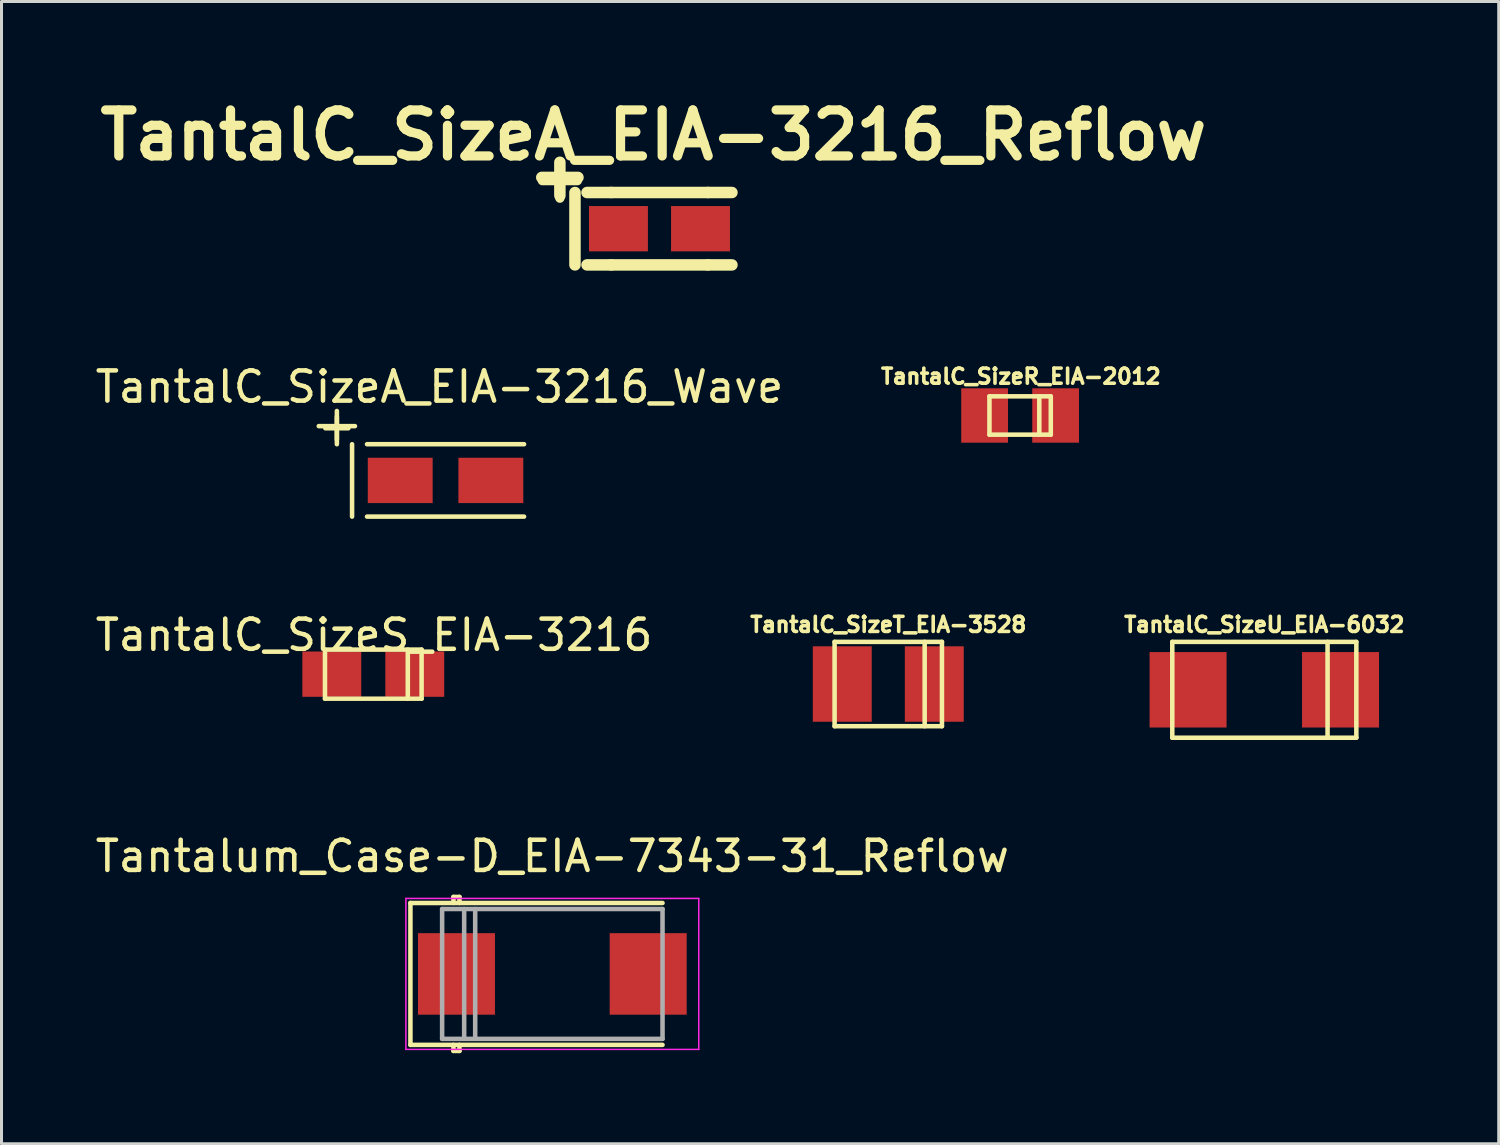
<source format=kicad_pcb>
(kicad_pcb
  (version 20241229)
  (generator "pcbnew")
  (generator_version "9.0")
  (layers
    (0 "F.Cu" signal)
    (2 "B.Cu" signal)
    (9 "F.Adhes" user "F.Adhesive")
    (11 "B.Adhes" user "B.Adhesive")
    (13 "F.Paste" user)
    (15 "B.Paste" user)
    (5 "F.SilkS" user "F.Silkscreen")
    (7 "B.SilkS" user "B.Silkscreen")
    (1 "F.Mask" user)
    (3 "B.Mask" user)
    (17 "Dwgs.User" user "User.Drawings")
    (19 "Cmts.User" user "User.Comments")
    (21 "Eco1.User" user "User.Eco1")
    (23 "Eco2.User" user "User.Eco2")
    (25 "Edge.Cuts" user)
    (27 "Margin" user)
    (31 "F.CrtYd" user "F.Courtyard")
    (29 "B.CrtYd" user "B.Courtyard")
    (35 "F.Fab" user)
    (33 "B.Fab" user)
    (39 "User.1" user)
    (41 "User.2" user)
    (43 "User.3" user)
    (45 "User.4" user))
  (footprint "TantalC_SizeR_EIA-2012"
    (layer "F.Cu")
    (at 30.738 10.712)
    (property "Reference" "TantalC_SizeR_EIA-2012" (at 0.025 -1.295 0) (layer "F.SilkS") (effects (font (size 0.5 0.5) (thickness 0.119))))
    (attr through_hole)
    (fp_line (start -1.016 -0.635) (end -1.016 0.635) (stroke (width 0.15) (type solid)) (layer "F.SilkS"))
    (fp_line (start -1.016 0.635) (end 1.016 0.635) (stroke (width 0.15) (type solid)) (layer "F.SilkS"))
    (fp_line (start 0.635 -0.635) (end 0.635 0.635) (stroke (width 0.15) (type solid)) (layer "F.SilkS"))
    (fp_line (start 1.016 -0.635) (end -1.016 -0.635) (stroke (width 0.15) (type solid)) (layer "F.SilkS"))
    (fp_line (start 1.016 0.635) (end 1.016 -0.635) (stroke (width 0.15) (type solid)) (layer "F.SilkS"))
    (pad "1" smd rect (at 1.176 0) (size 1.549 1.801) (layers "F.Cu" "F.Mask" "F.Paste"))
    (pad "2" smd rect (at -1.176 0) (size 1.549 1.801) (layers "F.Cu" "F.Mask" "F.Paste")))
  (footprint "TantalC_SizeU_EIA-6032"
    (layer "F.Cu")
    (at 38.826 19.797)
    (property "Reference" "TantalC_SizeU_EIA-6032" (at 0 -2.159 0) (layer "F.SilkS") (effects (font (size 0.5 0.5) (thickness 0.119))))
    (attr through_hole)
    (fp_line (start -3.048 -1.587) (end -3.048 1.587) (stroke (width 0.15) (type solid)) (layer "F.SilkS"))
    (fp_line (start -3.048 1.587) (end 3.048 1.587) (stroke (width 0.15) (type solid)) (layer "F.SilkS"))
    (fp_line (start 2.095 -1.587) (end 2.095 1.587) (stroke (width 0.15) (type solid)) (layer "F.SilkS"))
    (fp_line (start 3.048 -1.587) (end -3.048 -1.587) (stroke (width 0.15) (type solid)) (layer "F.SilkS"))
    (fp_line (start 3.048 1.587) (end 3.048 -1.587) (stroke (width 0.15) (type solid)) (layer "F.SilkS"))
    (pad "1" smd rect (at 2.525 0) (size 2.55 2.499) (layers "F.Cu" "F.Mask" "F.Paste"))
    (pad "2" smd rect (at -2.525 0) (size 2.55 2.499) (layers "F.Cu" "F.Mask" "F.Paste")))
  (footprint "Tantalum_Case-D_EIA-7343-31_Reflow"
    (layer "F.Cu")
    (at 15.244 29.208)
    (property "Reference" "Tantalum_Case-D_EIA-7343-31_Reflow" (at 0 -3.9 0) (layer "F.SilkS") (effects (font (size 1 1) (thickness 0.15))))
    (attr smd)
    (fp_line (start -4.7 -2.35) (end -4.7 2.35) (stroke (width 0.15) (type solid)) (layer "F.SilkS"))
    (fp_line (start -4.7 -2.35) (end 3.65 -2.35) (stroke (width 0.15) (type solid)) (layer "F.SilkS"))
    (fp_line (start -4.7 2.35) (end 3.65 2.35) (stroke (width 0.15) (type solid)) (layer "F.SilkS"))
    (fp_line (start -3.275 -2.55) (end -3.075 -2.55) (stroke (width 0.15) (type solid)) (layer "F.SilkS"))
    (fp_line (start -3.275 -2.35) (end -3.275 -2.55) (stroke (width 0.15) (type solid)) (layer "F.SilkS"))
    (fp_line (start -3.275 2.35) (end -3.275 2.55) (stroke (width 0.15) (type solid)) (layer "F.SilkS"))
    (fp_line (start -3.275 2.55) (end -3.075 2.55) (stroke (width 0.15) (type solid)) (layer "F.SilkS"))
    (fp_line (start -3.075 -2.55) (end -3.075 -2.35) (stroke (width 0.15) (type solid)) (layer "F.SilkS"))
    (fp_line (start -3.075 2.55) (end -3.075 2.35) (stroke (width 0.15) (type solid)) (layer "F.SilkS"))
    (fp_line (start -4.85 -2.5) (end -4.85 2.5) (stroke (width 0.05) (type solid)) (layer "F.CrtYd"))
    (fp_line (start -4.85 2.5) (end 4.85 2.5) (stroke (width 0.05) (type solid)) (layer "F.CrtYd"))
    (fp_line (start 4.85 -2.5) (end -4.85 -2.5) (stroke (width 0.05) (type solid)) (layer "F.CrtYd"))
    (fp_line (start 4.85 2.5) (end 4.85 -2.5) (stroke (width 0.05) (type solid)) (layer "F.CrtYd"))
    (fp_line (start -3.65 -2.15) (end -3.65 2.15) (stroke (width 0.15) (type solid)) (layer "F.Fab"))
    (fp_line (start -3.65 2.15) (end 3.65 2.15) (stroke (width 0.15) (type solid)) (layer "F.Fab"))
    (fp_line (start -2.92 -2.15) (end -2.92 2.15) (stroke (width 0.15) (type solid)) (layer "F.Fab"))
    (fp_line (start -2.555 -2.15) (end -2.555 2.15) (stroke (width 0.15) (type solid)) (layer "F.Fab"))
    (fp_line (start 3.65 -2.15) (end -3.65 -2.15) (stroke (width 0.15) (type solid)) (layer "F.Fab"))
    (fp_line (start 3.65 2.15) (end 3.65 -2.15) (stroke (width 0.15) (type solid)) (layer "F.Fab"))
    (pad "1" smd rect (at -3.175 0) (size 2.55 2.7) (layers "F.Cu" "F.Mask" "F.Paste"))
    (pad "2" smd rect (at 3.175 0) (size 2.55 2.7) (layers "F.Cu" "F.Mask" "F.Paste")))
  (footprint "TantalC_SizeS_EIA-3216"
    (layer "F.Cu")
    (at 9.314 19.279)
    (property "Reference" "TantalC_SizeS_EIA-3216" (at 0.025 -1.295 0) (layer "F.SilkS") (effects (font (size 1 1) (thickness 0.15))))
    (attr through_hole)
    (fp_line (start -1.6 -0.813) (end -1.6 0.813) (stroke (width 0.15) (type solid)) (layer "F.SilkS"))
    (fp_line (start -1.6 0.813) (end 1.6 0.813) (stroke (width 0.15) (type solid)) (layer "F.SilkS"))
    (fp_line (start 1.143 0.813) (end 1.143 -0.813) (stroke (width 0.15) (type solid)) (layer "F.SilkS"))
    (fp_line (start 1.6 -0.813) (end -1.6 -0.813) (stroke (width 0.15) (type solid)) (layer "F.SilkS"))
    (fp_line (start 1.6 0.813) (end 1.6 -0.813) (stroke (width 0.15) (type solid)) (layer "F.SilkS"))
    (pad "1" smd rect (at 1.374 0) (size 1.951 1.501) (layers "F.Cu" "F.Mask" "F.Paste"))
    (pad "2" smd rect (at -1.374 0) (size 1.951 1.501) (layers "F.Cu" "F.Mask" "F.Paste")))
  (footprint "TantalC_SizeA_EIA-3216_Reflow"
    (layer "F.Cu")
    (at 18.793 4.525)
    (property "Reference" "TantalC_SizeA_EIA-3216_Reflow" (at -0.201 -3.099 0) (layer "F.SilkS") (effects (font (size 1.524 1.524) (thickness 0.305))))
    (attr smd)
    (fp_line (start -3.899 -1.699) (end -2.7 -1.699) (stroke (width 0.381) (type solid)) (layer "F.SilkS"))
    (fp_line (start -3.299 -2.2) (end -3.299 -1.1) (stroke (width 0.381) (type solid)) (layer "F.SilkS"))
    (fp_line (start -2.799 -1.199) (end -2.799 1.199) (stroke (width 0.381) (type solid)) (layer "F.SilkS"))
    (fp_line (start -1.6 -1.199) (end -2.4 -1.199) (stroke (width 0.381) (type solid)) (layer "F.SilkS"))
    (fp_line (start -1.6 1.199) (end -2.4 1.199) (stroke (width 0.381) (type solid)) (layer "F.SilkS"))
    (fp_line (start 1.6 -1.199) (end -1.6 -1.199) (stroke (width 0.381) (type solid)) (layer "F.SilkS"))
    (fp_line (start 1.6 -1.199) (end 2.4 -1.199) (stroke (width 0.381) (type solid)) (layer "F.SilkS"))
    (fp_line (start 1.6 1.199) (end -1.6 1.199) (stroke (width 0.381) (type solid)) (layer "F.SilkS"))
    (fp_line (start 1.6 1.199) (end 2.4 1.199) (stroke (width 0.381) (type solid)) (layer "F.SilkS"))
    (fp_text user "+" (at -3.299 -1.699 0) (layer "F.SilkS") (effects (font (size 1.524 1.524) (thickness 0.305))))
    (pad "1" smd rect (at -1.359 0) (size 1.951 1.501) (layers "F.Cu" "F.Mask" "F.Paste"))
    (pad "2" smd rect (at 1.359 0) (size 1.951 1.501) (layers "F.Cu" "F.Mask" "F.Paste")))
  (footprint "TantalC_SizeA_EIA-3216_Wave"
    (layer "F.Cu")
    (at 11.707 12.862)
    (property "Reference" "TantalC_SizeA_EIA-3216_Wave" (at -0.201 -3.099 0) (layer "F.SilkS") (effects (font (size 1 1) (thickness 0.15))))
    (attr smd)
    (fp_line (start -4.199 -1.798) (end -3 -1.798) (stroke (width 0.15) (type solid)) (layer "F.SilkS"))
    (fp_line (start -3.599 -2.299) (end -3.599 -1.199) (stroke (width 0.15) (type solid)) (layer "F.SilkS"))
    (fp_line (start -3.096 -1.199) (end -3.096 1.199) (stroke (width 0.15) (type solid)) (layer "F.SilkS"))
    (fp_line (start -2.601 1.199) (end 2.601 1.199) (stroke (width 0.15) (type solid)) (layer "F.SilkS"))
    (fp_line (start 2.601 -1.199) (end -2.601 -1.199) (stroke (width 0.15) (type solid)) (layer "F.SilkS"))
    (fp_text user "+" (at -3.599 -1.801 0) (layer "F.SilkS") (effects (font (size 1 1) (thickness 0.15))))
    (pad "1" smd rect (at -1.501 0) (size 2.149 1.501) (layers "F.Cu" "F.Mask" "F.Paste"))
    (pad "2" smd rect (at 1.501 0) (size 2.149 1.501) (layers "F.Cu" "F.Mask" "F.Paste")))
  (footprint "TantalC_SizeT_EIA-3528"
    (layer "F.Cu")
    (at 26.371 19.606)
    (property "Reference" "TantalC_SizeT_EIA-3528" (at 0 -1.968 0) (layer "F.SilkS") (effects (font (size 0.5 0.5) (thickness 0.119))))
    (attr through_hole)
    (fp_line (start -1.778 -1.397) (end -1.778 1.397) (stroke (width 0.15) (type solid)) (layer "F.SilkS"))
    (fp_line (start -1.778 1.397) (end 1.778 1.397) (stroke (width 0.15) (type solid)) (layer "F.SilkS"))
    (fp_line (start 1.206 -1.397) (end 1.206 1.397) (stroke (width 0.15) (type solid)) (layer "F.SilkS"))
    (fp_line (start 1.778 -1.397) (end -1.778 -1.397) (stroke (width 0.15) (type solid)) (layer "F.SilkS"))
    (fp_line (start 1.778 1.397) (end 1.778 -1.397) (stroke (width 0.15) (type solid)) (layer "F.SilkS"))
    (pad "1" smd rect (at 1.524 0) (size 1.951 2.499) (layers "F.Cu" "F.Mask" "F.Paste"))
    (pad "2" smd rect (at -1.524 0) (size 1.951 2.499) (layers "F.Cu" "F.Mask" "F.Paste")))
  (gr_rect
    (start -3 -3)
    (end 46.59 34.833)
    (stroke (width 0.1) (type default))
    (fill no)
    (layer "Edge.Cuts")))
</source>
